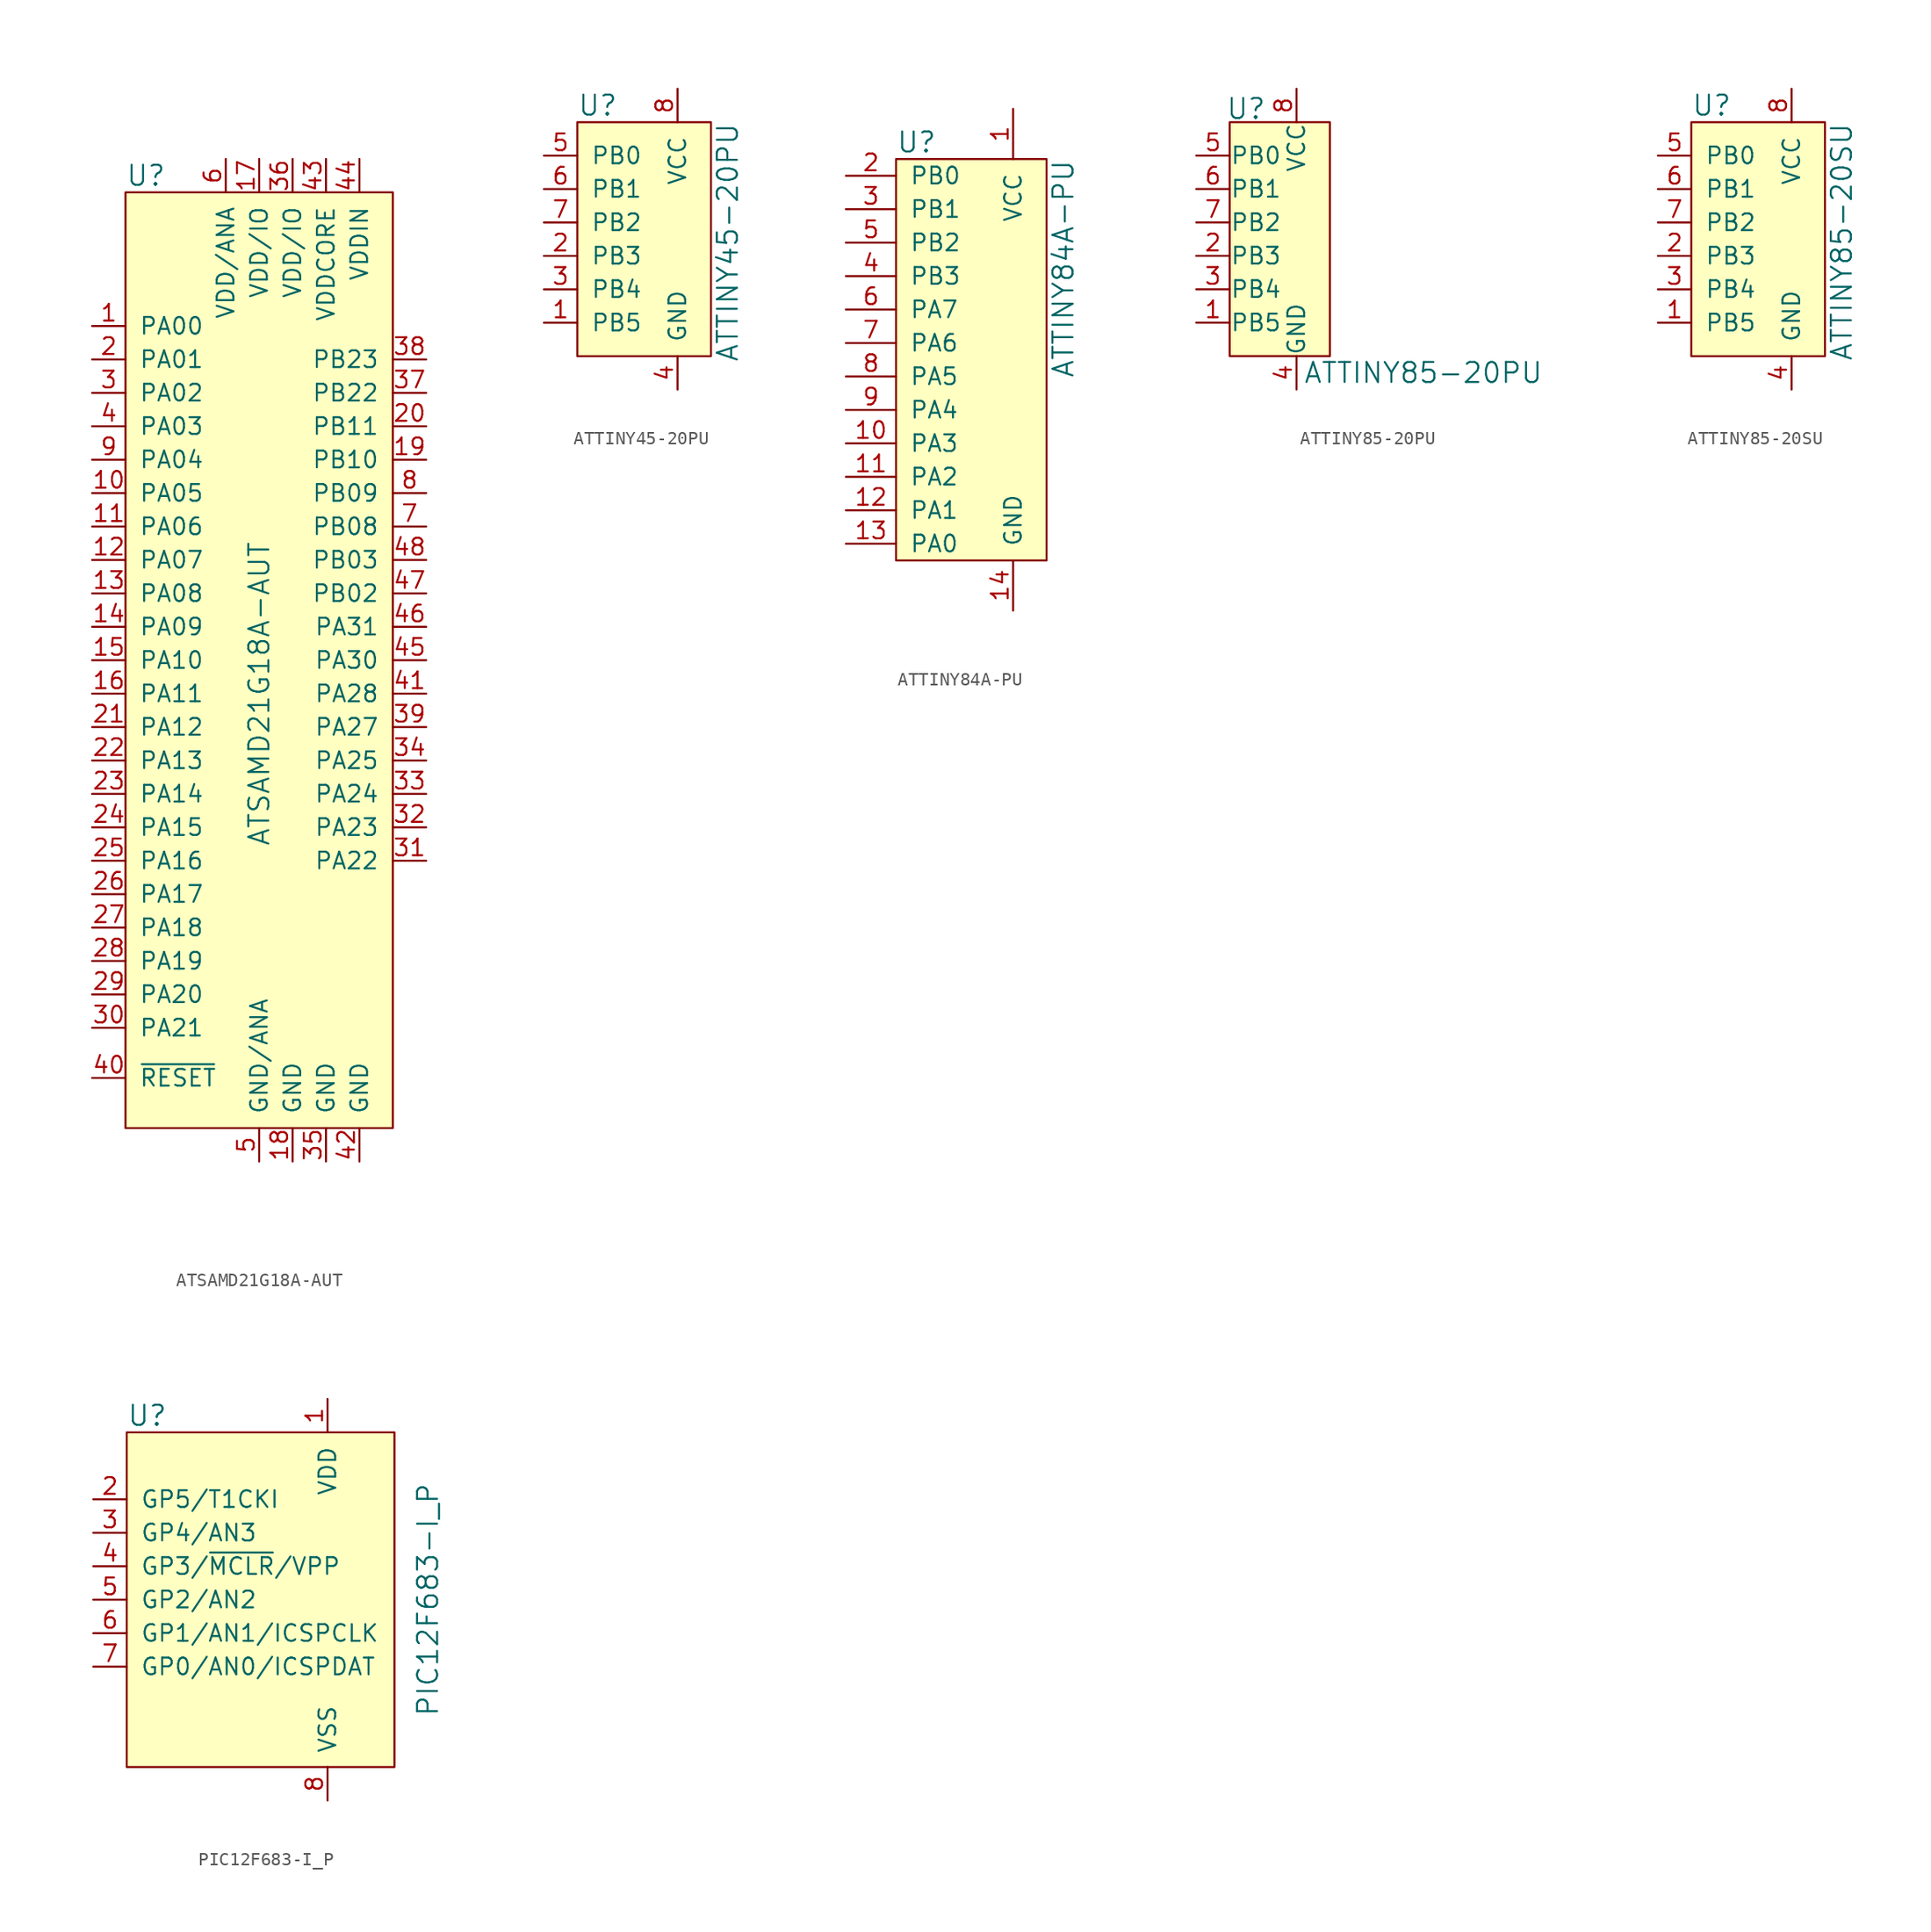
<source format=kicad_sym>
(kicad_symbol_lib
  (version 20201005)
  (generator kicad_symbol_editor)
  (symbol "ATSAMD21G18A-AUT"
    (pin_names
      (offset 1.016))
    (property "Reference" "U"
      (at -10.16 39.37 0)
      (effects (font (size 1.524 1.524)) (justify left)))
    (property "Value" "ATSAMD21G18A-AUT"
      (at 0 0 90)
      (effects (font (size 1.524 1.524))))
    (symbol "ATSAMD21G18A-AUT_0_1"
      (rectangle (start -10.16 38.1) (end 10.16 -33.02) (stroke (width 0)) (fill (type background))))
    (symbol "ATSAMD21G18A-AUT_1_1"
      (pin bidirectional line (at -12.7 27.94 0) (length 2.54) (name "PA00" (effects (font (size 1.27 1.27)))) (number "1" (effects (font (size 1.27 1.27)))))
      (pin bidirectional line (at -12.7 25.4 0) (length 2.54) (name "PA01" (effects (font (size 1.27 1.27)))) (number "2" (effects (font (size 1.27 1.27)))))
      (pin bidirectional line (at -12.7 22.86 0) (length 2.54) (name "PA02" (effects (font (size 1.27 1.27)))) (number "3" (effects (font (size 1.27 1.27)))))
      (pin bidirectional line (at -12.7 20.32 0) (length 2.54) (name "PA03" (effects (font (size 1.27 1.27)))) (number "4" (effects (font (size 1.27 1.27)))))
      (pin power_in line (at 0 -35.56 90) (length 2.54) (name "GND/ANA" (effects (font (size 1.27 1.27)))) (number "5" (effects (font (size 1.27 1.27)))))
      (pin power_in line (at -2.54 40.64 270) (length 2.54) (name "VDD/ANA" (effects (font (size 1.27 1.27)))) (number "6" (effects (font (size 1.27 1.27)))))
      (pin bidirectional line (at 12.7 12.7 180) (length 2.54) (name "PB08" (effects (font (size 1.27 1.27)))) (number "7" (effects (font (size 1.27 1.27)))))
      (pin bidirectional line (at 12.7 15.24 180) (length 2.54) (name "PB09" (effects (font (size 1.27 1.27)))) (number "8" (effects (font (size 1.27 1.27)))))
      (pin bidirectional line (at -12.7 17.78 0) (length 2.54) (name "PA04" (effects (font (size 1.27 1.27)))) (number "9" (effects (font (size 1.27 1.27)))))
      (pin bidirectional line (at -12.7 15.24 0) (length 2.54) (name "PA05" (effects (font (size 1.27 1.27)))) (number "10" (effects (font (size 1.27 1.27)))))
      (pin bidirectional line (at 12.7 20.32 180) (length 2.54) (name "PB11" (effects (font (size 1.27 1.27)))) (number "20" (effects (font (size 1.27 1.27)))))
      (pin bidirectional line (at -12.7 -25.4 0) (length 2.54) (name "PA21" (effects (font (size 1.27 1.27)))) (number "30" (effects (font (size 1.27 1.27)))))
      (pin input line (at -12.7 -29.21 0) (length 2.54) (name "~RESET" (effects (font (size 1.27 1.27)))) (number "40" (effects (font (size 1.27 1.27)))))
      (pin bidirectional line (at -12.7 12.7 0) (length 2.54) (name "PA06" (effects (font (size 1.27 1.27)))) (number "11" (effects (font (size 1.27 1.27)))))
      (pin bidirectional line (at -12.7 -2.54 0) (length 2.54) (name "PA12" (effects (font (size 1.27 1.27)))) (number "21" (effects (font (size 1.27 1.27)))))
      (pin bidirectional line (at 12.7 -12.7 180) (length 2.54) (name "PA22" (effects (font (size 1.27 1.27)))) (number "31" (effects (font (size 1.27 1.27)))))
      (pin bidirectional line (at 12.7 0 180) (length 2.54) (name "PA28" (effects (font (size 1.27 1.27)))) (number "41" (effects (font (size 1.27 1.27)))))
      (pin bidirectional line (at -12.7 10.16 0) (length 2.54) (name "PA07" (effects (font (size 1.27 1.27)))) (number "12" (effects (font (size 1.27 1.27)))))
      (pin bidirectional line (at -12.7 -5.08 0) (length 2.54) (name "PA13" (effects (font (size 1.27 1.27)))) (number "22" (effects (font (size 1.27 1.27)))))
      (pin bidirectional line (at 12.7 -10.16 180) (length 2.54) (name "PA23" (effects (font (size 1.27 1.27)))) (number "32" (effects (font (size 1.27 1.27)))))
      (pin power_in line (at 7.62 -35.56 90) (length 2.54) (name "GND" (effects (font (size 1.27 1.27)))) (number "42" (effects (font (size 1.27 1.27)))))
      (pin bidirectional line (at -12.7 7.62 0) (length 2.54) (name "PA08" (effects (font (size 1.27 1.27)))) (number "13" (effects (font (size 1.27 1.27)))))
      (pin bidirectional line (at -12.7 -7.62 0) (length 2.54) (name "PA14" (effects (font (size 1.27 1.27)))) (number "23" (effects (font (size 1.27 1.27)))))
      (pin bidirectional line (at 12.7 -7.62 180) (length 2.54) (name "PA24" (effects (font (size 1.27 1.27)))) (number "33" (effects (font (size 1.27 1.27)))))
      (pin power_in line (at 5.08 40.64 270) (length 2.54) (name "VDDCORE" (effects (font (size 1.27 1.27)))) (number "43" (effects (font (size 1.27 1.27)))))
      (pin bidirectional line (at -12.7 5.08 0) (length 2.54) (name "PA09" (effects (font (size 1.27 1.27)))) (number "14" (effects (font (size 1.27 1.27)))))
      (pin bidirectional line (at -12.7 -10.16 0) (length 2.54) (name "PA15" (effects (font (size 1.27 1.27)))) (number "24" (effects (font (size 1.27 1.27)))))
      (pin bidirectional line (at 12.7 -5.08 180) (length 2.54) (name "PA25" (effects (font (size 1.27 1.27)))) (number "34" (effects (font (size 1.27 1.27)))))
      (pin power_in line (at 7.62 40.64 270) (length 2.54) (name "VDDIN" (effects (font (size 1.27 1.27)))) (number "44" (effects (font (size 1.27 1.27)))))
      (pin bidirectional line (at -12.7 2.54 0) (length 2.54) (name "PA10" (effects (font (size 1.27 1.27)))) (number "15" (effects (font (size 1.27 1.27)))))
      (pin bidirectional line (at -12.7 -12.7 0) (length 2.54) (name "PA16" (effects (font (size 1.27 1.27)))) (number "25" (effects (font (size 1.27 1.27)))))
      (pin power_in line (at 5.08 -35.56 90) (length 2.54) (name "GND" (effects (font (size 1.27 1.27)))) (number "35" (effects (font (size 1.27 1.27)))))
      (pin bidirectional line (at 12.7 2.54 180) (length 2.54) (name "PA30" (effects (font (size 1.27 1.27)))) (number "45" (effects (font (size 1.27 1.27)))))
      (pin bidirectional line (at -12.7 0 0) (length 2.54) (name "PA11" (effects (font (size 1.27 1.27)))) (number "16" (effects (font (size 1.27 1.27)))))
      (pin bidirectional line (at -12.7 -15.24 0) (length 2.54) (name "PA17" (effects (font (size 1.27 1.27)))) (number "26" (effects (font (size 1.27 1.27)))))
      (pin power_in line (at 2.54 40.64 270) (length 2.54) (name "VDD/IO" (effects (font (size 1.27 1.27)))) (number "36" (effects (font (size 1.27 1.27)))))
      (pin bidirectional line (at 12.7 5.08 180) (length 2.54) (name "PA31" (effects (font (size 1.27 1.27)))) (number "46" (effects (font (size 1.27 1.27)))))
      (pin power_in line (at 0 40.64 270) (length 2.54) (name "VDD/IO" (effects (font (size 1.27 1.27)))) (number "17" (effects (font (size 1.27 1.27)))))
      (pin bidirectional line (at -12.7 -17.78 0) (length 2.54) (name "PA18" (effects (font (size 1.27 1.27)))) (number "27" (effects (font (size 1.27 1.27)))))
      (pin bidirectional line (at 12.7 22.86 180) (length 2.54) (name "PB22" (effects (font (size 1.27 1.27)))) (number "37" (effects (font (size 1.27 1.27)))))
      (pin bidirectional line (at 12.7 7.62 180) (length 2.54) (name "PB02" (effects (font (size 1.27 1.27)))) (number "47" (effects (font (size 1.27 1.27)))))
      (pin power_in line (at 2.54 -35.56 90) (length 2.54) (name "GND" (effects (font (size 1.27 1.27)))) (number "18" (effects (font (size 1.27 1.27)))))
      (pin bidirectional line (at -12.7 -20.32 0) (length 2.54) (name "PA19" (effects (font (size 1.27 1.27)))) (number "28" (effects (font (size 1.27 1.27)))))
      (pin bidirectional line (at 12.7 25.4 180) (length 2.54) (name "PB23" (effects (font (size 1.27 1.27)))) (number "38" (effects (font (size 1.27 1.27)))))
      (pin bidirectional line (at 12.7 10.16 180) (length 2.54) (name "PB03" (effects (font (size 1.27 1.27)))) (number "48" (effects (font (size 1.27 1.27)))))
      (pin bidirectional line (at 12.7 17.78 180) (length 2.54) (name "PB10" (effects (font (size 1.27 1.27)))) (number "19" (effects (font (size 1.27 1.27)))))
      (pin bidirectional line (at -12.7 -22.86 0) (length 2.54) (name "PA20" (effects (font (size 1.27 1.27)))) (number "29" (effects (font (size 1.27 1.27)))))
      (pin bidirectional line (at 12.7 -2.54 180) (length 2.54) (name "PA27" (effects (font (size 1.27 1.27)))) (number "39" (effects (font (size 1.27 1.27)))))))
  (symbol "ATTINY45-20PU"
    (pin_names
      (offset 1.016))
    (property "Reference" "U"
      (at -5.08 6.35 0)
      (effects (font (size 1.524 1.524)) (justify left)))
    (property "Value" "ATTINY45-20PU"
      (at 6.35 5.08 90)
      (effects (font (size 1.524 1.524)) (justify right)))
    (symbol "ATTINY45-20PU_0_1"
      (rectangle (start -5.08 5.08) (end 5.08 -12.7) (stroke (width 0)) (fill (type background))))
    (symbol "ATTINY45-20PU_1_1"
      (pin bidirectional line (at -7.62 -10.16 0) (length 2.54) (name "PB5" (effects (font (size 1.27 1.27)))) (number "1" (effects (font (size 1.27 1.27)))))
      (pin bidirectional line (at -7.62 -5.08 0) (length 2.54) (name "PB3" (effects (font (size 1.27 1.27)))) (number "2" (effects (font (size 1.27 1.27)))))
      (pin bidirectional line (at -7.62 -7.62 0) (length 2.54) (name "PB4" (effects (font (size 1.27 1.27)))) (number "3" (effects (font (size 1.27 1.27)))))
      (pin power_in line (at 2.54 -15.24 90) (length 2.54) (name "GND" (effects (font (size 1.27 1.27)))) (number "4" (effects (font (size 1.27 1.27)))))
      (pin bidirectional line (at -7.62 2.54 0) (length 2.54) (name "PB0" (effects (font (size 1.27 1.27)))) (number "5" (effects (font (size 1.27 1.27)))))
      (pin bidirectional line (at -7.62 0 0) (length 2.54) (name "PB1" (effects (font (size 1.27 1.27)))) (number "6" (effects (font (size 1.27 1.27)))))
      (pin bidirectional line (at -7.62 -2.54 0) (length 2.54) (name "PB2" (effects (font (size 1.27 1.27)))) (number "7" (effects (font (size 1.27 1.27)))))
      (pin power_in line (at 2.54 7.62 270) (length 2.54) (name "VCC" (effects (font (size 1.27 1.27)))) (number "8" (effects (font (size 1.27 1.27)))))))
  (symbol "ATTINY84A-PU"
    (pin_names
      (offset 1.016))
    (property "Reference" "U"
      (at -6.35 12.7 0)
      (effects (font (size 1.524 1.524)) (justify left)))
    (property "Value" "ATTINY84A-PU"
      (at 6.35 11.43 90)
      (effects (font (size 1.524 1.524)) (justify right)))
    (symbol "ATTINY84A-PU_0_1"
      (rectangle (start -6.35 11.43) (end 5.08 -19.05) (stroke (width 0)) (fill (type background))))
    (symbol "ATTINY84A-PU_1_1"
      (pin power_in line (at 2.54 15.24 270) (length 3.81) (name "VCC" (effects (font (size 1.27 1.27)))) (number "1" (effects (font (size 1.27 1.27)))))
      (pin bidirectional line (at -10.16 10.16 0) (length 3.81) (name "PB0" (effects (font (size 1.27 1.27)))) (number "2" (effects (font (size 1.27 1.27)))))
      (pin bidirectional line (at -10.16 7.62 0) (length 3.81) (name "PB1" (effects (font (size 1.27 1.27)))) (number "3" (effects (font (size 1.27 1.27)))))
      (pin bidirectional line (at -10.16 2.54 0) (length 3.81) (name "PB3" (effects (font (size 1.27 1.27)))) (number "4" (effects (font (size 1.27 1.27)))))
      (pin bidirectional line (at -10.16 5.08 0) (length 3.81) (name "PB2" (effects (font (size 1.27 1.27)))) (number "5" (effects (font (size 1.27 1.27)))))
      (pin bidirectional line (at -10.16 0 0) (length 3.81) (name "PA7" (effects (font (size 1.27 1.27)))) (number "6" (effects (font (size 1.27 1.27)))))
      (pin bidirectional line (at -10.16 -2.54 0) (length 3.81) (name "PA6" (effects (font (size 1.27 1.27)))) (number "7" (effects (font (size 1.27 1.27)))))
      (pin bidirectional line (at -10.16 -5.08 0) (length 3.81) (name "PA5" (effects (font (size 1.27 1.27)))) (number "8" (effects (font (size 1.27 1.27)))))
      (pin bidirectional line (at -10.16 -7.62 0) (length 3.81) (name "PA4" (effects (font (size 1.27 1.27)))) (number "9" (effects (font (size 1.27 1.27)))))
      (pin bidirectional line (at -10.16 -10.16 0) (length 3.81) (name "PA3" (effects (font (size 1.27 1.27)))) (number "10" (effects (font (size 1.27 1.27)))))
      (pin bidirectional line (at -10.16 -12.7 0) (length 3.81) (name "PA2" (effects (font (size 1.27 1.27)))) (number "11" (effects (font (size 1.27 1.27)))))
      (pin bidirectional line (at -10.16 -15.24 0) (length 3.81) (name "PA1" (effects (font (size 1.27 1.27)))) (number "12" (effects (font (size 1.27 1.27)))))
      (pin bidirectional line (at -10.16 -17.78 0) (length 3.81) (name "PA0" (effects (font (size 1.27 1.27)))) (number "13" (effects (font (size 1.27 1.27)))))
      (pin power_in line (at 2.54 -22.86 90) (length 3.81) (name "GND" (effects (font (size 1.27 1.27)))) (number "14" (effects (font (size 1.27 1.27)))))))
  (symbol "ATTINY85-20PU"
    (pin_names
      (offset 0.025))
    (property "Reference" "U"
      (at -2.845 8.636 0)
      (effects (font (size 1.524 1.524)) (justify left)))
    (property "Value" "ATTINY85-20PU"
      (at 3.048 -11.43 0)
      (effects (font (size 1.524 1.524)) (justify left)))
    (symbol "ATTINY85-20PU_0_1"
      (rectangle (start -2.54 7.62) (end 5.08 -10.16) (stroke (width 0)) (fill (type background))))
    (symbol "ATTINY85-20PU_1_1"
      (pin bidirectional line (at -5.08 -7.62 0) (length 2.54) (name "PB5" (effects (font (size 1.27 1.27)))) (number "1" (effects (font (size 1.27 1.27)))))
      (pin bidirectional line (at -5.08 -2.54 0) (length 2.54) (name "PB3" (effects (font (size 1.27 1.27)))) (number "2" (effects (font (size 1.27 1.27)))))
      (pin bidirectional line (at -5.08 -5.08 0) (length 2.54) (name "PB4" (effects (font (size 1.27 1.27)))) (number "3" (effects (font (size 1.27 1.27)))))
      (pin power_in line (at 2.54 -12.7 90) (length 2.54) (name "GND" (effects (font (size 1.27 1.27)))) (number "4" (effects (font (size 1.27 1.27)))))
      (pin bidirectional line (at -5.08 5.08 0) (length 2.54) (name "PB0" (effects (font (size 1.27 1.27)))) (number "5" (effects (font (size 1.27 1.27)))))
      (pin bidirectional line (at -5.08 2.54 0) (length 2.54) (name "PB1" (effects (font (size 1.27 1.27)))) (number "6" (effects (font (size 1.27 1.27)))))
      (pin bidirectional line (at -5.08 0 0) (length 2.54) (name "PB2" (effects (font (size 1.27 1.27)))) (number "7" (effects (font (size 1.27 1.27)))))
      (pin power_in line (at 2.54 10.16 270) (length 2.54) (name "VCC" (effects (font (size 1.27 1.27)))) (number "8" (effects (font (size 1.27 1.27)))))))
  (symbol "ATTINY85-20SU"
    (pin_names
      (offset 1.016))
    (property "Reference" "U"
      (at -5.08 6.35 0)
      (effects (font (size 1.524 1.524)) (justify left)))
    (property "Value" "ATTINY85-20SU"
      (at 6.35 5.08 90)
      (effects (font (size 1.524 1.524)) (justify right)))
    (symbol "ATTINY85-20SU_0_1"
      (rectangle (start -5.08 5.08) (end 5.08 -12.7) (stroke (width 0)) (fill (type background))))
    (symbol "ATTINY85-20SU_1_1"
      (pin bidirectional line (at -7.62 -10.16 0) (length 2.54) (name "PB5" (effects (font (size 1.27 1.27)))) (number "1" (effects (font (size 1.27 1.27)))))
      (pin bidirectional line (at -7.62 -5.08 0) (length 2.54) (name "PB3" (effects (font (size 1.27 1.27)))) (number "2" (effects (font (size 1.27 1.27)))))
      (pin bidirectional line (at -7.62 -7.62 0) (length 2.54) (name "PB4" (effects (font (size 1.27 1.27)))) (number "3" (effects (font (size 1.27 1.27)))))
      (pin power_in line (at 2.54 -15.24 90) (length 2.54) (name "GND" (effects (font (size 1.27 1.27)))) (number "4" (effects (font (size 1.27 1.27)))))
      (pin bidirectional line (at -7.62 2.54 0) (length 2.54) (name "PB0" (effects (font (size 1.27 1.27)))) (number "5" (effects (font (size 1.27 1.27)))))
      (pin bidirectional line (at -7.62 0 0) (length 2.54) (name "PB1" (effects (font (size 1.27 1.27)))) (number "6" (effects (font (size 1.27 1.27)))))
      (pin bidirectional line (at -7.62 -2.54 0) (length 2.54) (name "PB2" (effects (font (size 1.27 1.27)))) (number "7" (effects (font (size 1.27 1.27)))))
      (pin power_in line (at 2.54 7.62 270) (length 2.54) (name "VCC" (effects (font (size 1.27 1.27)))) (number "8" (effects (font (size 1.27 1.27)))))))
  (symbol "PIC12F683-I_P"
    (pin_names
      (offset 1.016))
    (property "Reference" "U"
      (at -11.43 8.89 0)
      (effects (font (size 1.524 1.524)) (justify left)))
    (property "Value" "PIC12F683-I_P"
      (at 11.43 -5.08 90)
      (effects (font (size 1.524 1.524))))
    (symbol "PIC12F683-I_P_0_1"
      (rectangle (start -11.43 7.62) (end 8.89 -17.78) (stroke (width 0)) (fill (type background))))
    (symbol "PIC12F683-I_P_1_1"
      (pin power_in line (at 3.81 10.16 270) (length 2.54) (name "VDD" (effects (font (size 1.27 1.27)))) (number "1" (effects (font (size 1.27 1.27)))))
      (pin bidirectional line (at -13.97 2.54 0) (length 2.54) (name "GP5/T1CKI" (effects (font (size 1.27 1.27)))) (number "2" (effects (font (size 1.27 1.27)))))
      (pin bidirectional line (at -13.97 0 0) (length 2.54) (name "GP4/AN3" (effects (font (size 1.27 1.27)))) (number "3" (effects (font (size 1.27 1.27)))))
      (pin bidirectional line (at -13.97 -2.54 0) (length 2.54) (name "GP3/~MCLR~/VPP" (effects (font (size 1.27 1.27)))) (number "4" (effects (font (size 1.27 1.27)))))
      (pin bidirectional line (at -13.97 -5.08 0) (length 2.54) (name "GP2/AN2" (effects (font (size 1.27 1.27)))) (number "5" (effects (font (size 1.27 1.27)))))
      (pin bidirectional line (at -13.97 -7.62 0) (length 2.54) (name "GP1/AN1/ICSPCLK" (effects (font (size 1.27 1.27)))) (number "6" (effects (font (size 1.27 1.27)))))
      (pin bidirectional line (at -13.97 -10.16 0) (length 2.54) (name "GP0/AN0/ICSPDAT" (effects (font (size 1.27 1.27)))) (number "7" (effects (font (size 1.27 1.27)))))
      (pin power_in line (at 3.81 -20.32 90) (length 2.54) (name "VSS" (effects (font (size 1.27 1.27)))) (number "8" (effects (font (size 1.27 1.27))))))))
</source>
